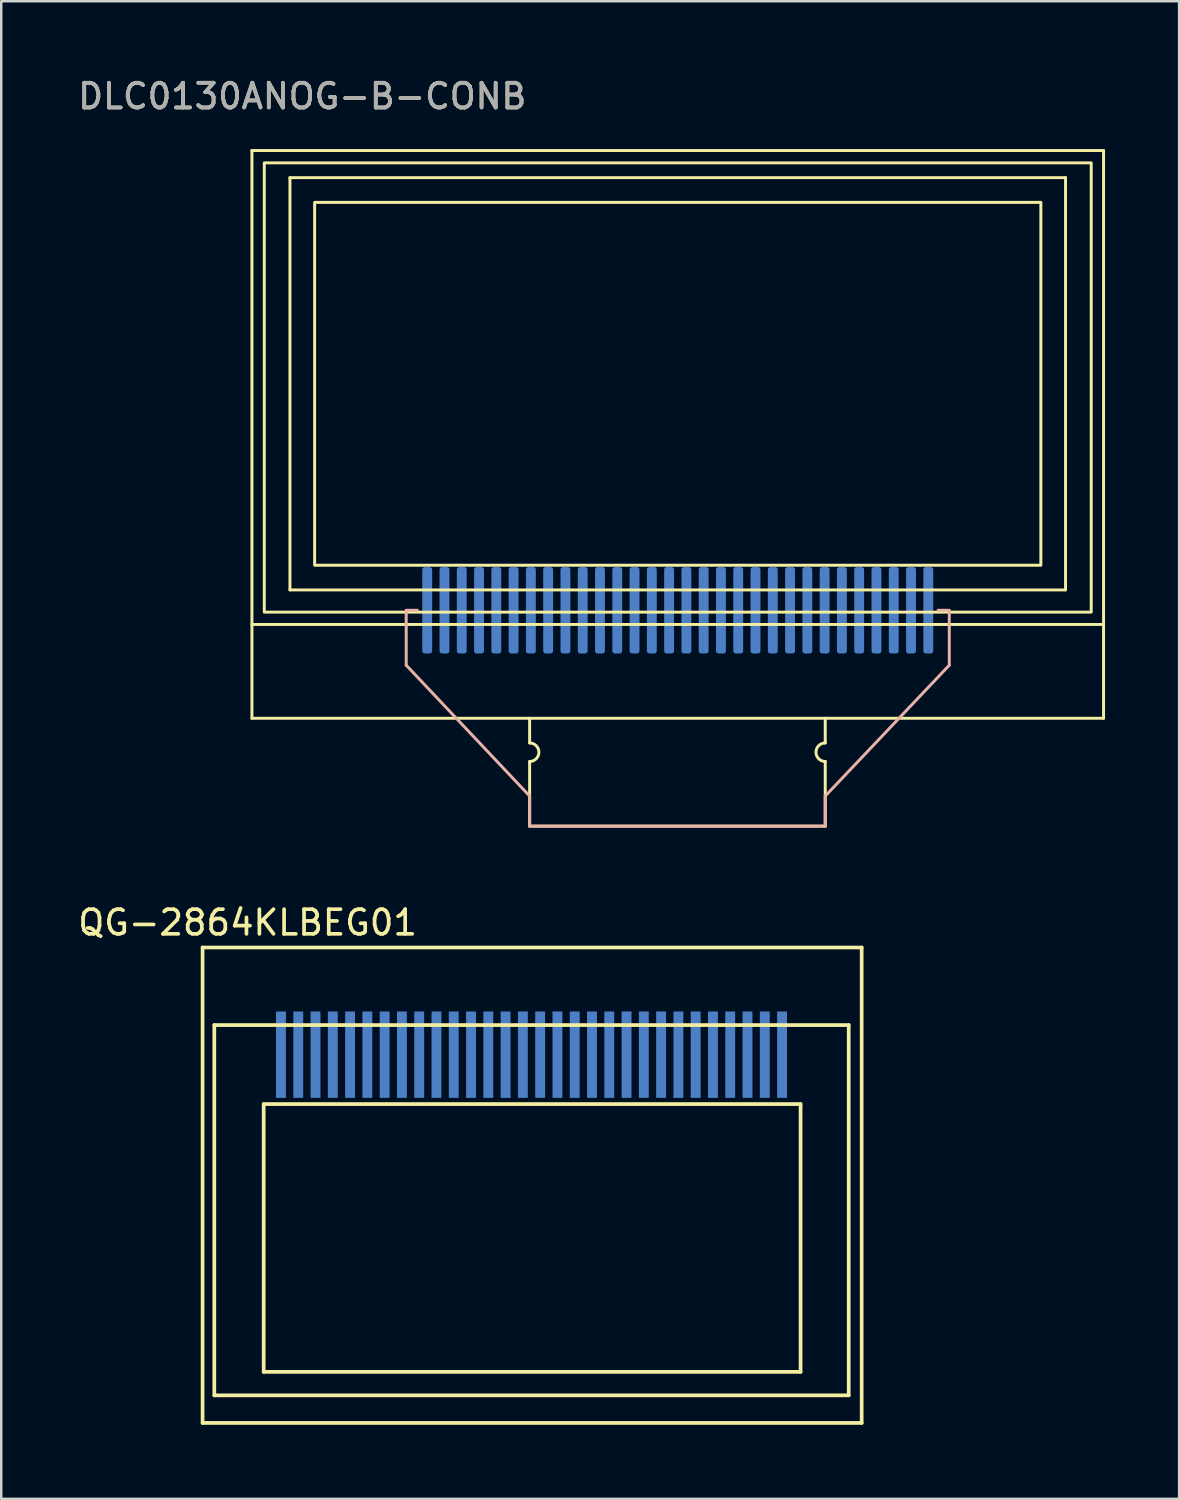
<source format=kicad_pcb>
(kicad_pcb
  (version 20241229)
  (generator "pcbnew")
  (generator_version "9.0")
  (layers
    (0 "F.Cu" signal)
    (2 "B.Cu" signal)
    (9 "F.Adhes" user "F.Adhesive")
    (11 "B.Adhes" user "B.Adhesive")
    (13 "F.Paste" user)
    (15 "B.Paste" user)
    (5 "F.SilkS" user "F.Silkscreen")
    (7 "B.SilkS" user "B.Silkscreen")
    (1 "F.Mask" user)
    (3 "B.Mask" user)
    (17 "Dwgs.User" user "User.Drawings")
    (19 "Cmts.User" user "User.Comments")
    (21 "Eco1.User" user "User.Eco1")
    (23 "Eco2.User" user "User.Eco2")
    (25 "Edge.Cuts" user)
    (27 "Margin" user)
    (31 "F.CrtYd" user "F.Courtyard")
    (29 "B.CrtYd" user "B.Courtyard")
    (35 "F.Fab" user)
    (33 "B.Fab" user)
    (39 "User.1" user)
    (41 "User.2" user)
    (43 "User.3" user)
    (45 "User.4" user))
  (footprint "DLC0130ANOG-B-CONB"
    (layer "F.Cu")
    (at 14.256 21.673)
    (property "Reference" "DLC0130ANOG-B-CONB" (at -5.06 -20.825 0) (unlocked yes) (layer "F.SilkS") (effects (font (size 1 1) (thickness 0.15))))
    (attr smd)
    (fp_line (start -7.1 -18.625) (end -7.1 4.375) (stroke (width 0.12) (type solid)) (layer "F.SilkS"))
    (fp_line (start -7.1 -18.625) (end 27.4 -18.625) (stroke (width 0.12) (type solid)) (layer "F.SilkS"))
    (fp_line (start -7.1 0.575) (end 27.4 0.575) (stroke (width 0.12) (type solid)) (layer "F.SilkS"))
    (fp_line (start -7.1 4.375) (end 27.4 4.375) (stroke (width 0.12) (type solid)) (layer "F.SilkS"))
    (fp_line (start -5.56 -17.525) (end 25.86 -17.525) (stroke (width 0.12) (type solid)) (layer "F.SilkS"))
    (fp_line (start -5.56 -0.825) (end -5.56 -17.525) (stroke (width 0.12) (type solid)) (layer "F.SilkS"))
    (fp_line (start -5.56 -0.825) (end 25.84 -0.825) (stroke (width 0.12) (type solid)) (layer "F.SilkS"))
    (fp_line (start 4.15 4.375) (end 4.15 5.375) (stroke (width 0.12) (type solid)) (layer "F.SilkS"))
    (fp_line (start 4.15 6.125) (end 4.15 8.745) (stroke (width 0.12) (type solid)) (layer "F.SilkS"))
    (fp_line (start 4.15 8.745) (end 16.125 8.745) (stroke (width 0.12) (type solid)) (layer "F.SilkS"))
    (fp_line (start 16.125 4.375) (end 16.125 5.375) (stroke (width 0.12) (type solid)) (layer "F.SilkS"))
    (fp_line (start 16.125 6.125) (end 16.125 8.745) (stroke (width 0.12) (type solid)) (layer "F.SilkS"))
    (fp_line (start 25.86 -17.525) (end 25.86 -0.825) (stroke (width 0.12) (type solid)) (layer "F.SilkS"))
    (fp_line (start 27.4 -18.625) (end 27.4 4.375) (stroke (width 0.12) (type solid)) (layer "F.SilkS"))
    (fp_rect (start -6.6 -18.125) (end 26.9 0.075) (stroke (width 0.12) (type solid)) (fill no) (layer "F.SilkS"))
    (fp_rect (start -4.56 -16.525) (end 24.86 -1.825) (stroke (width 0.12) (type solid)) (fill no) (layer "F.SilkS"))
    (fp_arc (start 4.15 5.375) (mid 4.521093 5.749999) (end 4.15 6.125) (stroke (width 0.12) (type solid)) (layer "F.SilkS"))
    (fp_arc (start 16.125 6.125) (mid 15.753907 5.750001) (end 16.125 5.375) (stroke (width 0.12) (type solid)) (layer "F.SilkS"))
    (fp_line (start -0.85 0) (end -0.4 0) (stroke (width 0.12) (type solid)) (layer "B.SilkS"))
    (fp_line (start -0.85 2.225) (end -0.85 0.025) (stroke (width 0.12) (type solid)) (layer "B.SilkS"))
    (fp_line (start 4.15 7.525) (end -0.85 2.225) (stroke (width 0.12) (type solid)) (layer "B.SilkS"))
    (fp_line (start 4.15 8.745) (end 4.15 7.525) (stroke (width 0.12) (type solid)) (layer "B.SilkS"))
    (fp_line (start 16.125 8.745) (end 4.15 8.745) (stroke (width 0.12) (type solid)) (layer "B.SilkS"))
    (fp_line (start 16.125 8.745) (end 16.125 7.525) (stroke (width 0.12) (type solid)) (layer "B.SilkS"))
    (fp_line (start 21.15 0) (end 20.7 0) (stroke (width 0.12) (type solid)) (layer "B.SilkS"))
    (fp_line (start 21.15 2.225) (end 16.125 7.525) (stroke (width 0.12) (type solid)) (layer "B.SilkS"))
    (fp_line (start 21.15 2.225) (end 21.15 0.025) (stroke (width 0.12) (type solid)) (layer "B.SilkS"))
    (fp_text user "${REFERENCE}" (at -5.06 -20.825 0) (unlocked yes) (layer "F.Fab") (effects (font (size 1 1) (thickness 0.15))))
    (pad "1" smd roundrect (at 0 0) (size 0.4 3.5) (layers "B.Cu" "B.Mask" "B.Paste") (roundrect_rratio 0.25))
    (pad "2" smd roundrect (at 0.7 0) (size 0.4 3.5) (layers "B.Cu" "B.Mask" "B.Paste") (roundrect_rratio 0.25))
    (pad "3" smd roundrect (at 1.4 0) (size 0.4 3.5) (layers "B.Cu" "B.Mask" "B.Paste") (roundrect_rratio 0.25))
    (pad "4" smd roundrect (at 2.1 0) (size 0.4 3.5) (layers "B.Cu" "B.Mask" "B.Paste") (roundrect_rratio 0.25))
    (pad "5" smd roundrect (at 2.8 0) (size 0.4 3.5) (layers "B.Cu" "B.Mask" "B.Paste") (roundrect_rratio 0.25))
    (pad "6" smd roundrect (at 3.5 0) (size 0.4 3.5) (layers "B.Cu" "B.Mask" "B.Paste") (roundrect_rratio 0.25))
    (pad "7" smd roundrect (at 4.2 0) (size 0.4 3.5) (layers "B.Cu" "B.Mask" "B.Paste") (roundrect_rratio 0.25))
    (pad "8" smd roundrect (at 4.9 0) (size 0.4 3.5) (layers "B.Cu" "B.Mask" "B.Paste") (roundrect_rratio 0.25))
    (pad "9" smd roundrect (at 5.6 0) (size 0.4 3.5) (layers "B.Cu" "B.Mask" "B.Paste") (roundrect_rratio 0.25))
    (pad "10" smd roundrect (at 6.3 0) (size 0.4 3.5) (layers "B.Cu" "B.Mask" "B.Paste") (roundrect_rratio 0.25))
    (pad "11" smd roundrect (at 7 0) (size 0.4 3.5) (layers "B.Cu" "B.Mask" "B.Paste") (roundrect_rratio 0.25))
    (pad "12" smd roundrect (at 7.7 0) (size 0.4 3.5) (layers "B.Cu" "B.Mask" "B.Paste") (roundrect_rratio 0.25))
    (pad "13" smd roundrect (at 8.4 0) (size 0.4 3.5) (layers "B.Cu" "B.Mask" "B.Paste") (roundrect_rratio 0.25))
    (pad "14" smd roundrect (at 9.1 0) (size 0.4 3.5) (layers "B.Cu" "B.Mask" "B.Paste") (roundrect_rratio 0.25))
    (pad "15" smd roundrect (at 9.8 0) (size 0.4 3.5) (layers "B.Cu" "B.Mask" "B.Paste") (roundrect_rratio 0.25))
    (pad "16" smd roundrect (at 10.5 0) (size 0.4 3.5) (layers "B.Cu" "B.Mask" "B.Paste") (roundrect_rratio 0.25))
    (pad "17" smd roundrect (at 11.2 0) (size 0.4 3.5) (layers "B.Cu" "B.Mask" "B.Paste") (roundrect_rratio 0.25))
    (pad "18" smd roundrect (at 11.9 0) (size 0.4 3.5) (layers "B.Cu" "B.Mask" "B.Paste") (roundrect_rratio 0.25))
    (pad "19" smd roundrect (at 12.6 0) (size 0.4 3.5) (layers "B.Cu" "B.Mask" "B.Paste") (roundrect_rratio 0.25))
    (pad "20" smd roundrect (at 13.3 0) (size 0.4 3.5) (layers "B.Cu" "B.Mask" "B.Paste") (roundrect_rratio 0.25))
    (pad "21" smd roundrect (at 14 0) (size 0.4 3.5) (layers "B.Cu" "B.Mask" "B.Paste") (roundrect_rratio 0.25))
    (pad "22" smd roundrect (at 14.7 0) (size 0.4 3.5) (layers "B.Cu" "B.Mask" "B.Paste") (roundrect_rratio 0.25))
    (pad "23" smd roundrect (at 15.4 0) (size 0.4 3.5) (layers "B.Cu" "B.Mask" "B.Paste") (roundrect_rratio 0.25))
    (pad "24" smd roundrect (at 16.1 0) (size 0.4 3.5) (layers "B.Cu" "B.Mask" "B.Paste") (roundrect_rratio 0.25))
    (pad "25" smd roundrect (at 16.8 0) (size 0.4 3.5) (layers "B.Cu" "B.Mask" "B.Paste") (roundrect_rratio 0.25))
    (pad "26" smd roundrect (at 17.5 0) (size 0.4 3.5) (layers "B.Cu" "B.Mask" "B.Paste") (roundrect_rratio 0.25))
    (pad "27" smd roundrect (at 18.2 0) (size 0.4 3.5) (layers "B.Cu" "B.Mask" "B.Paste") (roundrect_rratio 0.25))
    (pad "28" smd roundrect (at 18.9 0) (size 0.4 3.5) (layers "B.Cu" "B.Mask" "B.Paste") (roundrect_rratio 0.25))
    (pad "29" smd roundrect (at 19.6 0) (size 0.4 3.5) (layers "B.Cu" "B.Mask" "B.Paste") (roundrect_rratio 0.25))
    (pad "30" smd roundrect (at 20.3 0) (size 0.4 3.5) (layers "B.Cu" "B.Mask" "B.Paste") (roundrect_rratio 0.25)))
  (footprint "QG-2864KLBEG01"
    (layer "F.Cu")
    (at 28.632 39.676)
    (property "Reference" "QG-2864KLBEG01" (at -21.65 -5.35 0) (unlocked yes) (layer "F.SilkS") (effects (font (size 1 1) (thickness 0.15))))
    (attr smd)
    (fp_line (start -23.475 -4.342) (end 3.225 -4.342) (stroke (width 0.15) (type solid)) (layer "F.SilkS"))
    (fp_line (start -23.475 14.918) (end -23.475 -4.342) (stroke (width 0.15) (type solid)) (layer "F.SilkS"))
    (fp_line (start -23.475 14.918) (end 3.225 14.918) (stroke (width 0.15) (type solid)) (layer "F.SilkS"))
    (fp_line (start -23 -1.2) (end -23 13.8) (stroke (width 0.15) (type solid)) (layer "F.SilkS"))
    (fp_line (start -23 13.8) (end 2.7 13.8) (stroke (width 0.15) (type solid)) (layer "F.SilkS"))
    (fp_line (start -21 2) (end -21 12.85) (stroke (width 0.15) (type solid)) (layer "F.SilkS"))
    (fp_line (start -21 12.85) (end 0.75 12.85) (stroke (width 0.15) (type solid)) (layer "F.SilkS"))
    (fp_line (start 0.75 2) (end -21 2) (stroke (width 0.15) (type solid)) (layer "F.SilkS"))
    (fp_line (start 0.75 12.85) (end 0.75 2) (stroke (width 0.15) (type solid)) (layer "F.SilkS"))
    (fp_line (start 2.7 -1.2) (end -23 -1.2) (stroke (width 0.15) (type solid)) (layer "F.SilkS"))
    (fp_line (start 2.7 13.8) (end 2.7 -1.2) (stroke (width 0.15) (type solid)) (layer "F.SilkS"))
    (fp_line (start 3.225 14.918) (end 3.225 -4.342) (stroke (width 0.15) (type solid)) (layer "F.SilkS"))
    (pad "1" smd rect (at 0 0 180) (size 0.4 3.5) (layers "B.Cu" "B.Mask" "B.Paste"))
    (pad "2" smd rect (at -0.7 0 180) (size 0.4 3.5) (layers "B.Cu" "B.Mask" "B.Paste"))
    (pad "3" smd rect (at -1.4 0 180) (size 0.4 3.5) (layers "B.Cu" "B.Mask" "B.Paste"))
    (pad "4" smd rect (at -2.1 0 180) (size 0.4 3.5) (layers "B.Cu" "B.Mask" "B.Paste"))
    (pad "5" smd rect (at -2.8 0 180) (size 0.4 3.5) (layers "B.Cu" "B.Mask" "B.Paste"))
    (pad "6" smd rect (at -3.5 0 180) (size 0.4 3.5) (layers "B.Cu" "B.Mask" "B.Paste"))
    (pad "7" smd rect (at -4.2 0 180) (size 0.4 3.5) (layers "B.Cu" "B.Mask" "B.Paste"))
    (pad "8" smd rect (at -4.9 0 180) (size 0.4 3.5) (layers "B.Cu" "B.Mask" "B.Paste"))
    (pad "9" smd rect (at -5.6 0 180) (size 0.4 3.5) (layers "B.Cu" "B.Mask" "B.Paste"))
    (pad "10" smd rect (at -6.3 0 180) (size 0.4 3.5) (layers "B.Cu" "B.Mask" "B.Paste"))
    (pad "11" smd rect (at -7 0 180) (size 0.4 3.5) (layers "B.Cu" "B.Mask" "B.Paste"))
    (pad "12" smd rect (at -7.7 0 180) (size 0.4 3.5) (layers "B.Cu" "B.Mask" "B.Paste"))
    (pad "13" smd rect (at -8.4 0 180) (size 0.4 3.5) (layers "B.Cu" "B.Mask" "B.Paste"))
    (pad "14" smd rect (at -9.1 0 180) (size 0.4 3.5) (layers "B.Cu" "B.Mask" "B.Paste"))
    (pad "15" smd rect (at -9.8 0 180) (size 0.4 3.5) (layers "B.Cu" "B.Mask" "B.Paste"))
    (pad "16" smd rect (at -10.5 0 180) (size 0.4 3.5) (layers "B.Cu" "B.Mask" "B.Paste"))
    (pad "17" smd rect (at -11.2 0 180) (size 0.4 3.5) (layers "B.Cu" "B.Mask" "B.Paste"))
    (pad "18" smd rect (at -11.9 0 180) (size 0.4 3.5) (layers "B.Cu" "B.Mask" "B.Paste"))
    (pad "19" smd rect (at -12.6 0 180) (size 0.4 3.5) (layers "B.Cu" "B.Mask" "B.Paste"))
    (pad "20" smd rect (at -13.3 0 180) (size 0.4 3.5) (layers "B.Cu" "B.Mask" "B.Paste"))
    (pad "21" smd rect (at -14 0 180) (size 0.4 3.5) (layers "B.Cu" "B.Mask" "B.Paste"))
    (pad "22" smd rect (at -14.7 0 180) (size 0.4 3.5) (layers "B.Cu" "B.Mask" "B.Paste"))
    (pad "23" smd rect (at -15.4 0 180) (size 0.4 3.5) (layers "B.Cu" "B.Mask" "B.Paste"))
    (pad "24" smd rect (at -16.1 0 180) (size 0.4 3.5) (layers "B.Cu" "B.Mask" "B.Paste"))
    (pad "25" smd rect (at -16.8 0 180) (size 0.4 3.5) (layers "B.Cu" "B.Mask" "B.Paste"))
    (pad "26" smd rect (at -17.5 0 180) (size 0.4 3.5) (layers "B.Cu" "B.Mask" "B.Paste"))
    (pad "27" smd rect (at -18.2 0 180) (size 0.4 3.5) (layers "B.Cu" "B.Mask" "B.Paste"))
    (pad "28" smd rect (at -18.9 0 180) (size 0.4 3.5) (layers "B.Cu" "B.Mask" "B.Paste"))
    (pad "29" smd rect (at -19.6 0 180) (size 0.4 3.5) (layers "B.Cu" "B.Mask" "B.Paste"))
    (pad "30" smd rect (at -20.3 0 180) (size 0.4 3.5) (layers "B.Cu" "B.Mask" "B.Paste")))
  (gr_rect
    (start -3 -3)
    (end 44.716 57.669)
    (stroke (width 0.1) (type default))
    (fill no)
    (layer "Edge.Cuts")))
</source>
